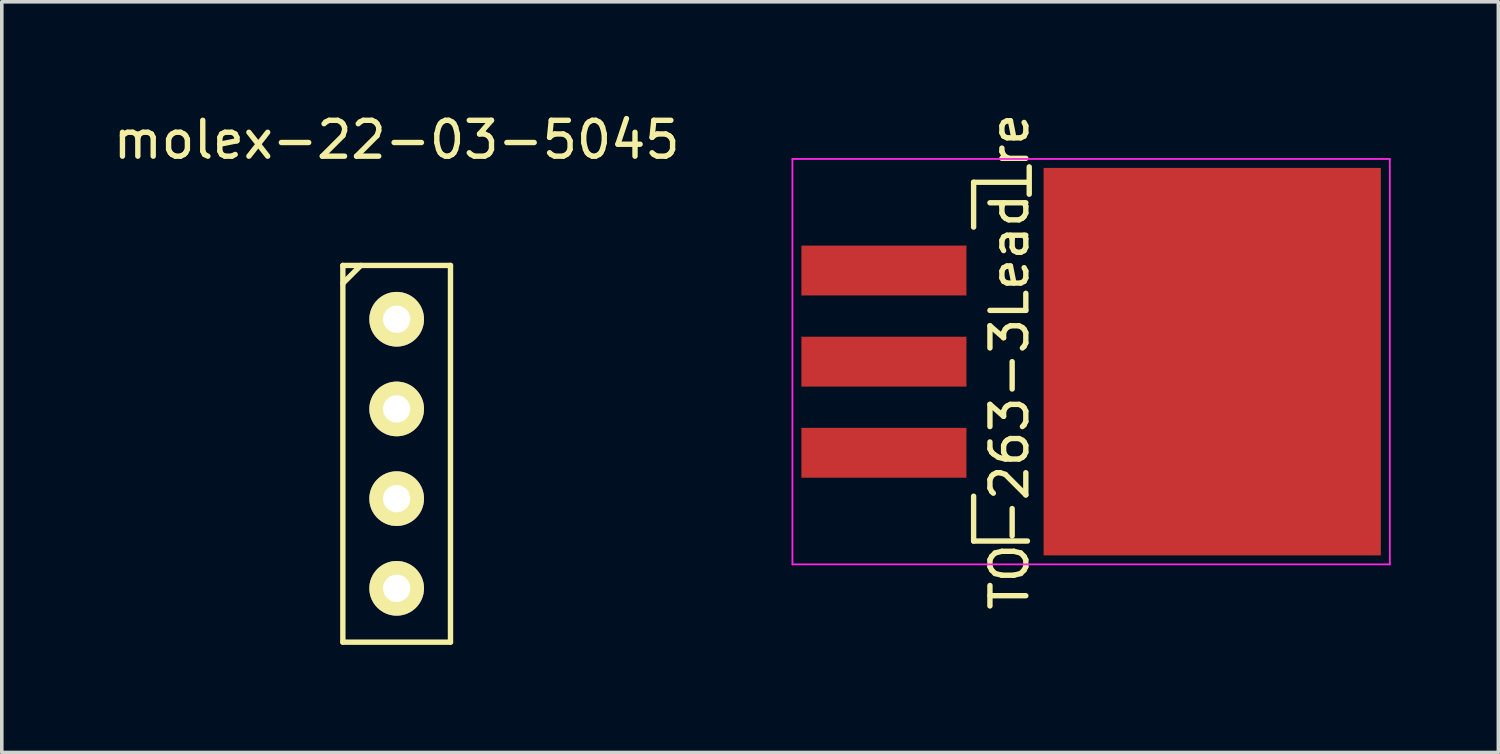
<source format=kicad_pcb>
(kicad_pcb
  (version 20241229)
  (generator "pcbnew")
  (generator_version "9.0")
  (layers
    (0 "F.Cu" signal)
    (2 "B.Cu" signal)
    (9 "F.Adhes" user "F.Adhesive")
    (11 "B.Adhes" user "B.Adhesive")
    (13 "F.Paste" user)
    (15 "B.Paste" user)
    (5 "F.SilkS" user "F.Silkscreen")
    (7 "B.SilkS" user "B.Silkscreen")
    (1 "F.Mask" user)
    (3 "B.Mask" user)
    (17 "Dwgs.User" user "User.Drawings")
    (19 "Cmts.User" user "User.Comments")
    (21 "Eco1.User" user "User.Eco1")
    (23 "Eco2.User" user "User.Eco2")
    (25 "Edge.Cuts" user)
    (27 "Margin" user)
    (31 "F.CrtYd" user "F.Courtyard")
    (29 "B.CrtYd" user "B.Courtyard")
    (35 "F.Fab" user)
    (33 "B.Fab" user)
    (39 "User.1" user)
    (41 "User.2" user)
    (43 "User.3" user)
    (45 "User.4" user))
  (footprint "molex-22-03-5045"
    (layer "F.Cu")
    (at 8.006 5.848)
    (property "Reference" "molex-22-03-5045" (at 0 -5 0) (layer "F.SilkS") (effects (font (size 1 1) (thickness 0.15))))
    (attr through_hole)
    (fp_line (start -1.5 -1.5) (end -1.5 9) (stroke (width 0.15) (type solid)) (layer "F.SilkS"))
    (fp_line (start -1.5 -1) (end -1 -1.5) (stroke (width 0.15) (type solid)) (layer "F.SilkS"))
    (fp_line (start -1.5 9) (end 1.5 9) (stroke (width 0.15) (type solid)) (layer "F.SilkS"))
    (fp_line (start 1.5 -1.5) (end -1.5 -1.5) (stroke (width 0.15) (type solid)) (layer "F.SilkS"))
    (fp_line (start 1.5 9) (end 1.5 -1.5) (stroke (width 0.15) (type solid)) (layer "F.SilkS"))
    (pad "1" thru_hole circle (at 0 0) (size 1.524 1.524) (drill 0.762) (layers "*.Cu" "*.Mask" "F.SilkS"))
    (pad "2" thru_hole circle (at 0 2.5) (size 1.524 1.524) (drill 0.762) (layers "*.Cu" "*.Mask" "F.SilkS"))
    (pad "3" thru_hole circle (at 0 5) (size 1.524 1.524) (drill 0.762) (layers "*.Cu" "*.Mask" "F.SilkS"))
    (pad "4" thru_hole circle (at 0 7.5) (size 1.524 1.524) (drill 0.762) (layers "*.Cu" "*.Mask" "F.SilkS")))
  (footprint "TO-263-3Lead_re"
    (layer "F.Cu")
    (at 21.587 7.03)
    (property "Reference" "TO-263-3Lead_re" (at 3.5 0 90) (layer "F.SilkS") (effects (font (size 1 1) (thickness 0.15))))
    (attr smd)
    (fp_line (start 2.5 -5) (end 2.5 -3.75) (stroke (width 0.15) (type solid)) (layer "F.SilkS"))
    (fp_line (start 2.5 -5) (end 4 -5) (stroke (width 0.15) (type solid)) (layer "F.SilkS"))
    (fp_line (start 2.5 5) (end 2.5 3.75) (stroke (width 0.15) (type solid)) (layer "F.SilkS"))
    (fp_line (start 2.5 5) (end 4 5) (stroke (width 0.15) (type solid)) (layer "F.SilkS"))
    (fp_line (start -2.55 -5.65) (end -2.55 5.65) (stroke (width 0.05) (type solid)) (layer "F.CrtYd"))
    (fp_line (start 14.1 -5.65) (end -2.55 -5.65) (stroke (width 0.05) (type solid)) (layer "F.CrtYd"))
    (fp_line (start 14.1 -5.65) (end 14.1 5.65) (stroke (width 0.05) (type solid)) (layer "F.CrtYd"))
    (fp_line (start 14.1 5.65) (end -2.55 5.65) (stroke (width 0.05) (type solid)) (layer "F.CrtYd"))
    (pad "1" smd rect (at 0 -2.54) (size 4.6 1.39) (layers "F.Cu" "F.Mask" "F.Paste"))
    (pad "2" smd rect (at 0 0) (size 4.6 1.39) (layers "F.Cu" "F.Mask" "F.Paste"))
    (pad "2" smd rect (at 9.15 0) (size 9.4 10.8) (layers "F.Cu" "F.Mask" "F.Paste"))
    (pad "3" smd rect (at 0 2.54) (size 4.6 1.39) (layers "F.Cu" "F.Mask" "F.Paste")))
  (gr_rect
    (start -3 -3)
    (end 38.712 17.923)
    (stroke (width 0.1) (type default))
    (fill no)
    (layer "Edge.Cuts")))
</source>
